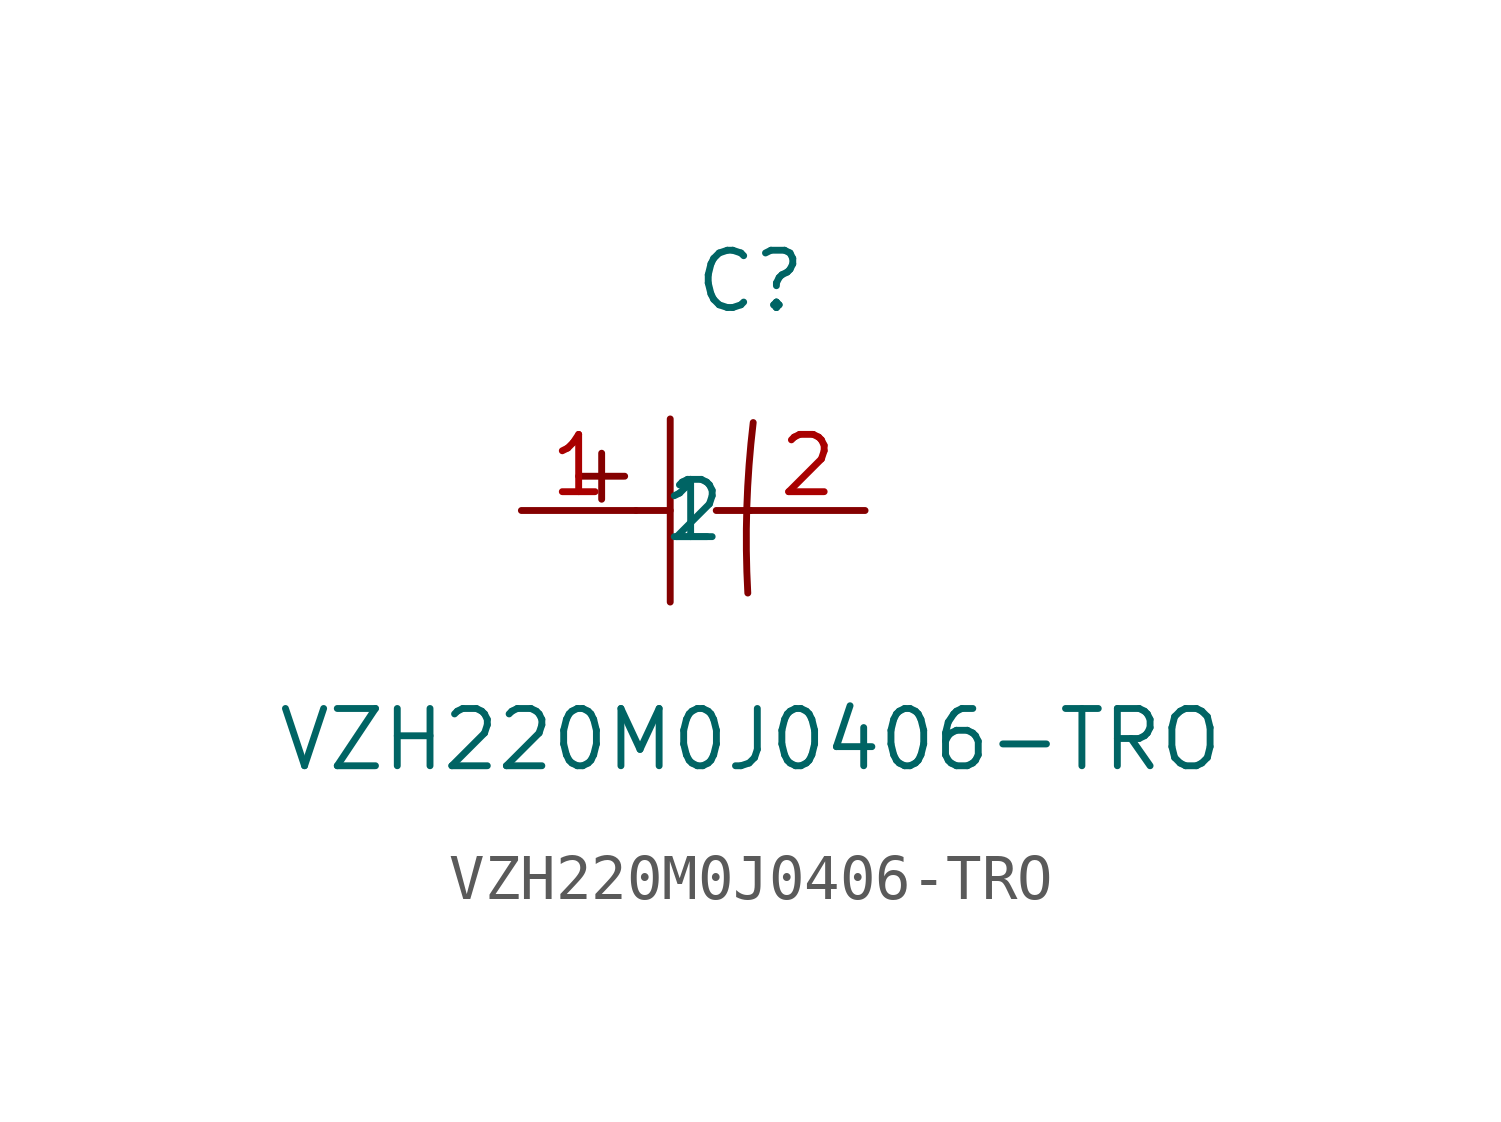
<source format=kicad_sym>
(kicad_symbol_lib
  (version 20211014)
  (generator https://github.com/uPesy/easyeda2kicad.py)
  (symbol "VZH220M0J0406-TRO"
    (property "Reference" "C"
      (at 0 5.08 0)
      (effects (font (size 1.27 1.27))))
    (property "Value" "VZH220M0J0406-TRO"
      (at 0 -5.08 0)
      (effects (font (size 1.27 1.27))))
    (symbol "VZH220M0J0406-TRO_0_1"
      (arc (start 0.06 1.95) (mid -0.05 -2.00) (end -0.06 -1.83) (stroke (width 0) (type default) (color 0 0 0 0)) (fill (type none)))
      (polyline (pts (xy -3.30 1.27) (xy -3.30 0.25)) (stroke (width 0) (type default) (color 0 0 0 0)) (fill (type none)))
      (polyline (pts (xy -3.81 0.76) (xy -2.79 0.76)) (stroke (width 0) (type default) (color 0 0 0 0)) (fill (type none)))
      (polyline (pts (xy -0.76 -0.00) (xy 0.00 -0.00)) (stroke (width 0) (type default) (color 0 0 0 0)) (fill (type none)))
      (polyline (pts (xy -2.54 -0.00) (xy -1.78 -0.00)) (stroke (width 0) (type default) (color 0 0 0 0)) (fill (type none)))
      (polyline (pts (xy -1.78 2.03) (xy -1.78 -2.03)) (stroke (width 0) (type default) (color 0 0 0 0)) (fill (type none)))
      (pin input line (at 2.54 -0.00 180) (length 2.54) (name "2" (effects (font (size 1.27 1.27)))) (number "2" (effects (font (size 1.27 1.27)))))
      (pin input line (at -5.08 -0.00 0) (length 2.54) (name "1" (effects (font (size 1.27 1.27)))) (number "1" (effects (font (size 1.27 1.27))))))))
</source>
